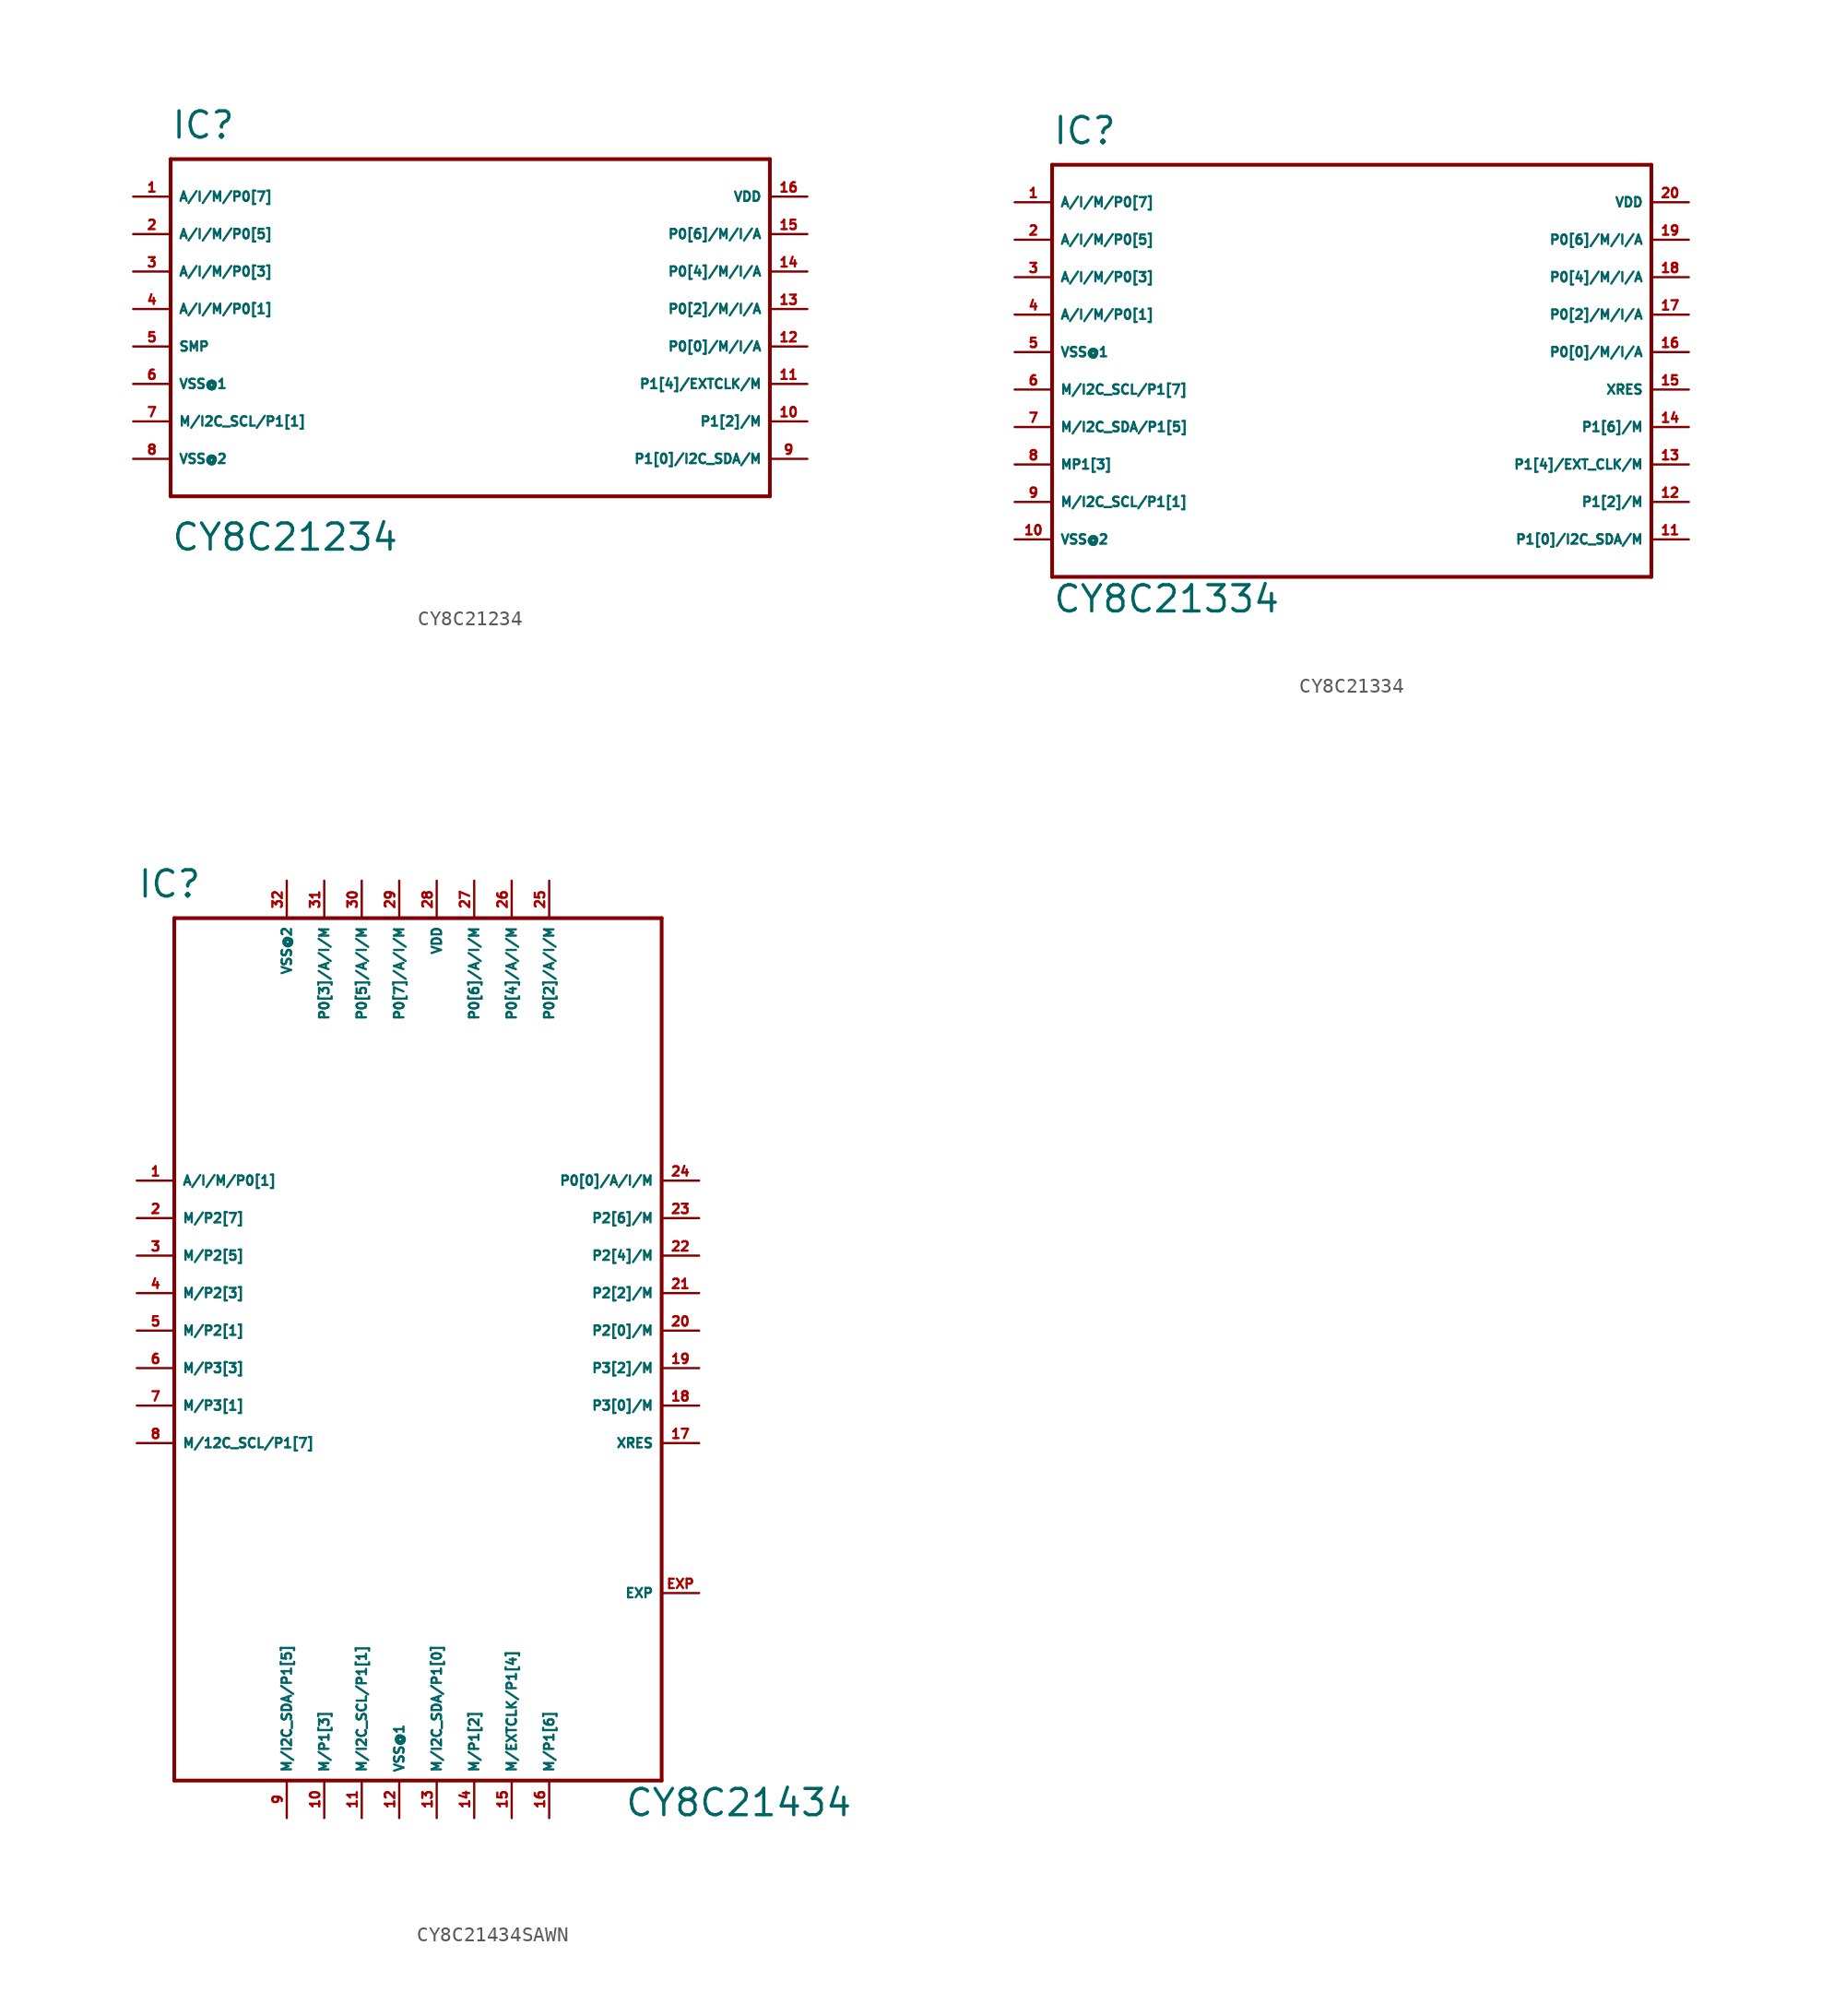
<source format=kicad_sym>
(kicad_symbol_lib
  (version 20220914)
  (generator Eagle2Kicad)
  (symbol "CY8C21234"
    (property "Reference" "IC"
      (at -20.32 11.43 0)
      (effects (font (size 1.778 1.778) (thickness 0.22)) (justify left bottom)))
    (property "Value" "CY8C21234"
      (at -20.32 -16.51 0)
      (effects (font (size 1.778 1.778) (thickness 0.22)) (justify left bottom)))
    (polyline
      (pts (xy -20.32 10.16) (xy 20.32 10.16))
      (stroke (width 0.254) (type default))
      (fill (type none)))
    (polyline
      (pts (xy 20.32 10.16) (xy 20.32 -12.7))
      (stroke (width 0.254) (type default))
      (fill (type none)))
    (polyline
      (pts (xy 20.32 -12.7) (xy -20.32 -12.7))
      (stroke (width 0.254) (type default))
      (fill (type none)))
    (polyline
      (pts (xy -20.32 -12.7) (xy -20.32 10.16))
      (stroke (width 0.254) (type default))
      (fill (type none)))
    (pin bidirectional line
      (at -22.86 7.62 0)
      (length 2.54)
      (name "A/I/M/P0[7]" (effects (font (size 0.635 0.635) (thickness 0.08)) (justify left bottom)))
      (number "1" (effects (font (size 0.635 0.635) (thickness 0.08)) (justify left bottom))))
    (pin bidirectional line
      (at -22.86 5.08 0)
      (length 2.54)
      (name "A/I/M/P0[5]" (effects (font (size 0.635 0.635) (thickness 0.08)) (justify left bottom)))
      (number "2" (effects (font (size 0.635 0.635) (thickness 0.08)) (justify left bottom))))
    (pin bidirectional line
      (at -22.86 2.54 0)
      (length 2.54)
      (name "A/I/M/P0[3]" (effects (font (size 0.635 0.635) (thickness 0.08)) (justify left bottom)))
      (number "3" (effects (font (size 0.635 0.635) (thickness 0.08)) (justify left bottom))))
    (pin bidirectional line
      (at -22.86 0 0)
      (length 2.54)
      (name "A/I/M/P0[1]" (effects (font (size 0.635 0.635) (thickness 0.08)) (justify left bottom)))
      (number "4" (effects (font (size 0.635 0.635) (thickness 0.08)) (justify left bottom))))
    (pin bidirectional line
      (at 22.86 5.08 180)
      (length 2.54)
      (name "P0[6]/M/I/A" (effects (font (size 0.635 0.635) (thickness 0.08)) (justify left bottom)))
      (number "15" (effects (font (size 0.635 0.635) (thickness 0.08)) (justify left bottom))))
    (pin bidirectional line
      (at 22.86 2.54 180)
      (length 2.54)
      (name "P0[4]/M/I/A" (effects (font (size 0.635 0.635) (thickness 0.08)) (justify left bottom)))
      (number "14" (effects (font (size 0.635 0.635) (thickness 0.08)) (justify left bottom))))
    (pin bidirectional line
      (at 22.86 0 180)
      (length 2.54)
      (name "P0[2]/M/I/A" (effects (font (size 0.635 0.635) (thickness 0.08)) (justify left bottom)))
      (number "13" (effects (font (size 0.635 0.635) (thickness 0.08)) (justify left bottom))))
    (pin bidirectional line
      (at 22.86 -2.54 180)
      (length 2.54)
      (name "P0[0]/M/I/A" (effects (font (size 0.635 0.635) (thickness 0.08)) (justify left bottom)))
      (number "12" (effects (font (size 0.635 0.635) (thickness 0.08)) (justify left bottom))))
    (pin bidirectional line
      (at 22.86 -5.08 180)
      (length 2.54)
      (name "P1[4]/EXTCLK/M" (effects (font (size 0.635 0.635) (thickness 0.08)) (justify left bottom)))
      (number "11" (effects (font (size 0.635 0.635) (thickness 0.08)) (justify left bottom))))
    (pin bidirectional line
      (at 22.86 -7.62 180)
      (length 2.54)
      (name "P1[2]/M" (effects (font (size 0.635 0.635) (thickness 0.08)) (justify left bottom)))
      (number "10" (effects (font (size 0.635 0.635) (thickness 0.08)) (justify left bottom))))
    (pin bidirectional line
      (at 22.86 -10.16 180)
      (length 2.54)
      (name "P1[0]/I2C_SDA/M" (effects (font (size 0.635 0.635) (thickness 0.08)) (justify left bottom)))
      (number "9" (effects (font (size 0.635 0.635) (thickness 0.08)) (justify left bottom))))
    (pin bidirectional line
      (at -22.86 -7.62 0)
      (length 2.54)
      (name "M/I2C_SCL/P1[1]" (effects (font (size 0.635 0.635) (thickness 0.08)) (justify left bottom)))
      (number "7" (effects (font (size 0.635 0.635) (thickness 0.08)) (justify left bottom))))
    (pin unspecified line
      (at -22.86 -2.54 0)
      (length 2.54)
      (name "SMP" (effects (font (size 0.635 0.635) (thickness 0.08)) (justify left bottom)))
      (number "5" (effects (font (size 0.635 0.635) (thickness 0.08)) (justify left bottom))))
    (pin unspecified line
      (at -22.86 -5.08 0)
      (length 2.54)
      (name "VSS@1" (effects (font (size 0.635 0.635) (thickness 0.08)) (justify left bottom)))
      (number "6" (effects (font (size 0.635 0.635) (thickness 0.08)) (justify left bottom))))
    (pin unspecified line
      (at -22.86 -10.16 0)
      (length 2.54)
      (name "VSS@2" (effects (font (size 0.635 0.635) (thickness 0.08)) (justify left bottom)))
      (number "8" (effects (font (size 0.635 0.635) (thickness 0.08)) (justify left bottom))))
    (pin unspecified line
      (at 22.86 7.62 180)
      (length 2.54)
      (name "VDD" (effects (font (size 0.635 0.635) (thickness 0.08)) (justify left bottom)))
      (number "16" (effects (font (size 0.635 0.635) (thickness 0.08)) (justify left bottom)))))
  (symbol "CY8C21334"
    (property "Reference" "IC"
      (at -20.32 16.51 0)
      (effects (font (size 1.778 1.778) (thickness 0.22)) (justify left bottom)))
    (property "Value" "CY8C21334"
      (at -20.32 -15.24 0)
      (effects (font (size 1.778 1.778) (thickness 0.22)) (justify left bottom)))
    (polyline
      (pts (xy -20.32 15.24) (xy 20.32 15.24))
      (stroke (width 0.254) (type default))
      (fill (type none)))
    (polyline
      (pts (xy 20.32 15.24) (xy 20.32 -12.7))
      (stroke (width 0.254) (type default))
      (fill (type none)))
    (polyline
      (pts (xy 20.32 -12.7) (xy -20.32 -12.7))
      (stroke (width 0.254) (type default))
      (fill (type none)))
    (polyline
      (pts (xy -20.32 -12.7) (xy -20.32 15.24))
      (stroke (width 0.254) (type default))
      (fill (type none)))
    (pin bidirectional line
      (at -22.86 12.7 0)
      (length 2.54)
      (name "A/I/M/P0[7]" (effects (font (size 0.635 0.635) (thickness 0.08)) (justify left bottom)))
      (number "1" (effects (font (size 0.635 0.635) (thickness 0.08)) (justify left bottom))))
    (pin bidirectional line
      (at -22.86 10.16 0)
      (length 2.54)
      (name "A/I/M/P0[5]" (effects (font (size 0.635 0.635) (thickness 0.08)) (justify left bottom)))
      (number "2" (effects (font (size 0.635 0.635) (thickness 0.08)) (justify left bottom))))
    (pin bidirectional line
      (at -22.86 7.62 0)
      (length 2.54)
      (name "A/I/M/P0[3]" (effects (font (size 0.635 0.635) (thickness 0.08)) (justify left bottom)))
      (number "3" (effects (font (size 0.635 0.635) (thickness 0.08)) (justify left bottom))))
    (pin bidirectional line
      (at -22.86 5.08 0)
      (length 2.54)
      (name "A/I/M/P0[1]" (effects (font (size 0.635 0.635) (thickness 0.08)) (justify left bottom)))
      (number "4" (effects (font (size 0.635 0.635) (thickness 0.08)) (justify left bottom))))
    (pin bidirectional line
      (at 22.86 10.16 180)
      (length 2.54)
      (name "P0[6]/M/I/A" (effects (font (size 0.635 0.635) (thickness 0.08)) (justify left bottom)))
      (number "19" (effects (font (size 0.635 0.635) (thickness 0.08)) (justify left bottom))))
    (pin bidirectional line
      (at 22.86 7.62 180)
      (length 2.54)
      (name "P0[4]/M/I/A" (effects (font (size 0.635 0.635) (thickness 0.08)) (justify left bottom)))
      (number "18" (effects (font (size 0.635 0.635) (thickness 0.08)) (justify left bottom))))
    (pin bidirectional line
      (at 22.86 5.08 180)
      (length 2.54)
      (name "P0[2]/M/I/A" (effects (font (size 0.635 0.635) (thickness 0.08)) (justify left bottom)))
      (number "17" (effects (font (size 0.635 0.635) (thickness 0.08)) (justify left bottom))))
    (pin bidirectional line
      (at 22.86 2.54 180)
      (length 2.54)
      (name "P0[0]/M/I/A" (effects (font (size 0.635 0.635) (thickness 0.08)) (justify left bottom)))
      (number "16" (effects (font (size 0.635 0.635) (thickness 0.08)) (justify left bottom))))
    (pin bidirectional line
      (at 22.86 -2.54 180)
      (length 2.54)
      (name "P1[6]/M" (effects (font (size 0.635 0.635) (thickness 0.08)) (justify left bottom)))
      (number "14" (effects (font (size 0.635 0.635) (thickness 0.08)) (justify left bottom))))
    (pin bidirectional line
      (at 22.86 -5.08 180)
      (length 2.54)
      (name "P1[4]/EXT_CLK/M" (effects (font (size 0.635 0.635) (thickness 0.08)) (justify left bottom)))
      (number "13" (effects (font (size 0.635 0.635) (thickness 0.08)) (justify left bottom))))
    (pin bidirectional line
      (at -22.86 0 0)
      (length 2.54)
      (name "M/I2C_SCL/P1[7]" (effects (font (size 0.635 0.635) (thickness 0.08)) (justify left bottom)))
      (number "6" (effects (font (size 0.635 0.635) (thickness 0.08)) (justify left bottom))))
    (pin unspecified line
      (at -22.86 2.54 0)
      (length 2.54)
      (name "VSS@1" (effects (font (size 0.635 0.635) (thickness 0.08)) (justify left bottom)))
      (number "5" (effects (font (size 0.635 0.635) (thickness 0.08)) (justify left bottom))))
    (pin unspecified line
      (at -22.86 -10.16 0)
      (length 2.54)
      (name "VSS@2" (effects (font (size 0.635 0.635) (thickness 0.08)) (justify left bottom)))
      (number "10" (effects (font (size 0.635 0.635) (thickness 0.08)) (justify left bottom))))
    (pin unspecified line
      (at 22.86 12.7 180)
      (length 2.54)
      (name "VDD" (effects (font (size 0.635 0.635) (thickness 0.08)) (justify left bottom)))
      (number "20" (effects (font (size 0.635 0.635) (thickness 0.08)) (justify left bottom))))
    (pin bidirectional line
      (at -22.86 -2.54 0)
      (length 2.54)
      (name "M/I2C_SDA/P1[5]" (effects (font (size 0.635 0.635) (thickness 0.08)) (justify left bottom)))
      (number "7" (effects (font (size 0.635 0.635) (thickness 0.08)) (justify left bottom))))
    (pin bidirectional line
      (at -22.86 -5.08 0)
      (length 2.54)
      (name "MP1[3]" (effects (font (size 0.635 0.635) (thickness 0.08)) (justify left bottom)))
      (number "8" (effects (font (size 0.635 0.635) (thickness 0.08)) (justify left bottom))))
    (pin bidirectional line
      (at -22.86 -7.62 0)
      (length 2.54)
      (name "M/I2C_SCL/P1[1]" (effects (font (size 0.635 0.635) (thickness 0.08)) (justify left bottom)))
      (number "9" (effects (font (size 0.635 0.635) (thickness 0.08)) (justify left bottom))))
    (pin bidirectional line
      (at 22.86 -7.62 180)
      (length 2.54)
      (name "P1[2]/M" (effects (font (size 0.635 0.635) (thickness 0.08)) (justify left bottom)))
      (number "12" (effects (font (size 0.635 0.635) (thickness 0.08)) (justify left bottom))))
    (pin bidirectional line
      (at 22.86 -10.16 180)
      (length 2.54)
      (name "P1[0]/I2C_SDA/M" (effects (font (size 0.635 0.635) (thickness 0.08)) (justify left bottom)))
      (number "11" (effects (font (size 0.635 0.635) (thickness 0.08)) (justify left bottom))))
    (pin input line
      (at 22.86 0 180)
      (length 2.54)
      (name "XRES" (effects (font (size 0.635 0.635) (thickness 0.08)) (justify left bottom)))
      (number "15" (effects (font (size 0.635 0.635) (thickness 0.08)) (justify left bottom)))))
  (symbol "CY8C21434SAWN"
    (property "Reference" "IC"
      (at -17.78 29.21 0)
      (effects (font (size 1.778 1.778) (thickness 0.22)) (justify left bottom)))
    (property "Value" "CY8C21434"
      (at 15.24 -33.02 0)
      (effects (font (size 1.778 1.778) (thickness 0.22)) (justify left bottom)))
    (polyline
      (pts (xy -15.24 27.94) (xy 17.78 27.94))
      (stroke (width 0.254) (type default))
      (fill (type none)))
    (polyline
      (pts (xy 17.78 27.94) (xy 17.78 -30.48))
      (stroke (width 0.254) (type default))
      (fill (type none)))
    (polyline
      (pts (xy 17.78 -30.48) (xy -15.24 -30.48))
      (stroke (width 0.254) (type default))
      (fill (type none)))
    (polyline
      (pts (xy -15.24 -30.48) (xy -15.24 27.94))
      (stroke (width 0.254) (type default))
      (fill (type none)))
    (pin bidirectional line
      (at -17.78 10.16 0)
      (length 2.54)
      (name "A/I/M/P0[1]" (effects (font (size 0.635 0.635) (thickness 0.08)) (justify left bottom)))
      (number "1" (effects (font (size 0.635 0.635) (thickness 0.08)) (justify left bottom))))
    (pin bidirectional line
      (at -17.78 7.62 0)
      (length 2.54)
      (name "M/P2[7]" (effects (font (size 0.635 0.635) (thickness 0.08)) (justify left bottom)))
      (number "2" (effects (font (size 0.635 0.635) (thickness 0.08)) (justify left bottom))))
    (pin bidirectional line
      (at -17.78 5.08 0)
      (length 2.54)
      (name "M/P2[5]" (effects (font (size 0.635 0.635) (thickness 0.08)) (justify left bottom)))
      (number "3" (effects (font (size 0.635 0.635) (thickness 0.08)) (justify left bottom))))
    (pin bidirectional line
      (at -17.78 2.54 0)
      (length 2.54)
      (name "M/P2[3]" (effects (font (size 0.635 0.635) (thickness 0.08)) (justify left bottom)))
      (number "4" (effects (font (size 0.635 0.635) (thickness 0.08)) (justify left bottom))))
    (pin bidirectional line
      (at -17.78 0 0)
      (length 2.54)
      (name "M/P2[1]" (effects (font (size 0.635 0.635) (thickness 0.08)) (justify left bottom)))
      (number "5" (effects (font (size 0.635 0.635) (thickness 0.08)) (justify left bottom))))
    (pin bidirectional line
      (at -17.78 -2.54 0)
      (length 2.54)
      (name "M/P3[3]" (effects (font (size 0.635 0.635) (thickness 0.08)) (justify left bottom)))
      (number "6" (effects (font (size 0.635 0.635) (thickness 0.08)) (justify left bottom))))
    (pin bidirectional line
      (at -17.78 -5.08 0)
      (length 2.54)
      (name "M/P3[1]" (effects (font (size 0.635 0.635) (thickness 0.08)) (justify left bottom)))
      (number "7" (effects (font (size 0.635 0.635) (thickness 0.08)) (justify left bottom))))
    (pin bidirectional line
      (at -17.78 -7.62 0)
      (length 2.54)
      (name "M/12C_SCL/P1[7]" (effects (font (size 0.635 0.635) (thickness 0.08)) (justify left bottom)))
      (number "8" (effects (font (size 0.635 0.635) (thickness 0.08)) (justify left bottom))))
    (pin bidirectional line
      (at -7.62 -33.02 90)
      (length 2.54)
      (name "M/I2C_SDA/P1[5]" (effects (font (size 0.635 0.635) (thickness 0.08)) (justify left bottom)))
      (number "9" (effects (font (size 0.635 0.635) (thickness 0.08)) (justify left bottom))))
    (pin bidirectional line
      (at -5.08 -33.02 90)
      (length 2.54)
      (name "M/P1[3]" (effects (font (size 0.635 0.635) (thickness 0.08)) (justify left bottom)))
      (number "10" (effects (font (size 0.635 0.635) (thickness 0.08)) (justify left bottom))))
    (pin bidirectional line
      (at -2.54 -33.02 90)
      (length 2.54)
      (name "M/I2C_SCL/P1[1]" (effects (font (size 0.635 0.635) (thickness 0.08)) (justify left bottom)))
      (number "11" (effects (font (size 0.635 0.635) (thickness 0.08)) (justify left bottom))))
    (pin bidirectional line
      (at 2.54 -33.02 90)
      (length 2.54)
      (name "M/I2C_SDA/P1[0]" (effects (font (size 0.635 0.635) (thickness 0.08)) (justify left bottom)))
      (number "13" (effects (font (size 0.635 0.635) (thickness 0.08)) (justify left bottom))))
    (pin bidirectional line
      (at 5.08 -33.02 90)
      (length 2.54)
      (name "M/P1[2]" (effects (font (size 0.635 0.635) (thickness 0.08)) (justify left bottom)))
      (number "14" (effects (font (size 0.635 0.635) (thickness 0.08)) (justify left bottom))))
    (pin bidirectional line
      (at 7.62 -33.02 90)
      (length 2.54)
      (name "M/EXTCLK/P1[4]" (effects (font (size 0.635 0.635) (thickness 0.08)) (justify left bottom)))
      (number "15" (effects (font (size 0.635 0.635) (thickness 0.08)) (justify left bottom))))
    (pin bidirectional line
      (at 10.16 -33.02 90)
      (length 2.54)
      (name "M/P1[6]" (effects (font (size 0.635 0.635) (thickness 0.08)) (justify left bottom)))
      (number "16" (effects (font (size 0.635 0.635) (thickness 0.08)) (justify left bottom))))
    (pin bidirectional line
      (at 20.32 -5.08 180)
      (length 2.54)
      (name "P3[0]/M" (effects (font (size 0.635 0.635) (thickness 0.08)) (justify left bottom)))
      (number "18" (effects (font (size 0.635 0.635) (thickness 0.08)) (justify left bottom))))
    (pin bidirectional line
      (at 20.32 -2.54 180)
      (length 2.54)
      (name "P3[2]/M" (effects (font (size 0.635 0.635) (thickness 0.08)) (justify left bottom)))
      (number "19" (effects (font (size 0.635 0.635) (thickness 0.08)) (justify left bottom))))
    (pin bidirectional line
      (at 20.32 0 180)
      (length 2.54)
      (name "P2[0]/M" (effects (font (size 0.635 0.635) (thickness 0.08)) (justify left bottom)))
      (number "20" (effects (font (size 0.635 0.635) (thickness 0.08)) (justify left bottom))))
    (pin bidirectional line
      (at 20.32 2.54 180)
      (length 2.54)
      (name "P2[2]/M" (effects (font (size 0.635 0.635) (thickness 0.08)) (justify left bottom)))
      (number "21" (effects (font (size 0.635 0.635) (thickness 0.08)) (justify left bottom))))
    (pin bidirectional line
      (at 20.32 5.08 180)
      (length 2.54)
      (name "P2[4]/M" (effects (font (size 0.635 0.635) (thickness 0.08)) (justify left bottom)))
      (number "22" (effects (font (size 0.635 0.635) (thickness 0.08)) (justify left bottom))))
    (pin bidirectional line
      (at 20.32 7.62 180)
      (length 2.54)
      (name "P2[6]/M" (effects (font (size 0.635 0.635) (thickness 0.08)) (justify left bottom)))
      (number "23" (effects (font (size 0.635 0.635) (thickness 0.08)) (justify left bottom))))
    (pin bidirectional line
      (at 20.32 10.16 180)
      (length 2.54)
      (name "P0[0]/A/I/M" (effects (font (size 0.635 0.635) (thickness 0.08)) (justify left bottom)))
      (number "24" (effects (font (size 0.635 0.635) (thickness 0.08)) (justify left bottom))))
    (pin bidirectional line
      (at 10.16 30.48 270)
      (length 2.54)
      (name "P0[2]/A/I/M" (effects (font (size 0.635 0.635) (thickness 0.08)) (justify left bottom)))
      (number "25" (effects (font (size 0.635 0.635) (thickness 0.08)) (justify left bottom))))
    (pin bidirectional line
      (at 7.62 30.48 270)
      (length 2.54)
      (name "P0[4]/A/I/M" (effects (font (size 0.635 0.635) (thickness 0.08)) (justify left bottom)))
      (number "26" (effects (font (size 0.635 0.635) (thickness 0.08)) (justify left bottom))))
    (pin bidirectional line
      (at 5.08 30.48 270)
      (length 2.54)
      (name "P0[6]/A/I/M" (effects (font (size 0.635 0.635) (thickness 0.08)) (justify left bottom)))
      (number "27" (effects (font (size 0.635 0.635) (thickness 0.08)) (justify left bottom))))
    (pin bidirectional line
      (at 0 30.48 270)
      (length 2.54)
      (name "P0[7]/A/I/M" (effects (font (size 0.635 0.635) (thickness 0.08)) (justify left bottom)))
      (number "29" (effects (font (size 0.635 0.635) (thickness 0.08)) (justify left bottom))))
    (pin bidirectional line
      (at -2.54 30.48 270)
      (length 2.54)
      (name "P0[5]/A/I/M" (effects (font (size 0.635 0.635) (thickness 0.08)) (justify left bottom)))
      (number "30" (effects (font (size 0.635 0.635) (thickness 0.08)) (justify left bottom))))
    (pin bidirectional line
      (at -5.08 30.48 270)
      (length 2.54)
      (name "P0[3]/A/I/M" (effects (font (size 0.635 0.635) (thickness 0.08)) (justify left bottom)))
      (number "31" (effects (font (size 0.635 0.635) (thickness 0.08)) (justify left bottom))))
    (pin unspecified line
      (at 0 -33.02 90)
      (length 2.54)
      (name "VSS@1" (effects (font (size 0.635 0.635) (thickness 0.08)) (justify left bottom)))
      (number "12" (effects (font (size 0.635 0.635) (thickness 0.08)) (justify left bottom))))
    (pin unspecified line
      (at 2.54 30.48 270)
      (length 2.54)
      (name "VDD" (effects (font (size 0.635 0.635) (thickness 0.08)) (justify left bottom)))
      (number "28" (effects (font (size 0.635 0.635) (thickness 0.08)) (justify left bottom))))
    (pin input line
      (at 20.32 -7.62 180)
      (length 2.54)
      (name "XRES" (effects (font (size 0.635 0.635) (thickness 0.08)) (justify left bottom)))
      (number "17" (effects (font (size 0.635 0.635) (thickness 0.08)) (justify left bottom))))
    (pin unspecified line
      (at -7.62 30.48 270)
      (length 2.54)
      (name "VSS@2" (effects (font (size 0.635 0.635) (thickness 0.08)) (justify left bottom)))
      (number "32" (effects (font (size 0.635 0.635) (thickness 0.08)) (justify left bottom))))
    (pin passive line
      (at 20.32 -17.78 180)
      (length 2.54)
      (name "EXP" (effects (font (size 0.635 0.635) (thickness 0.08)) (justify left bottom)))
      (number "EXP" (effects (font (size 0.635 0.635) (thickness 0.08)) (justify left bottom))))))
</source>
